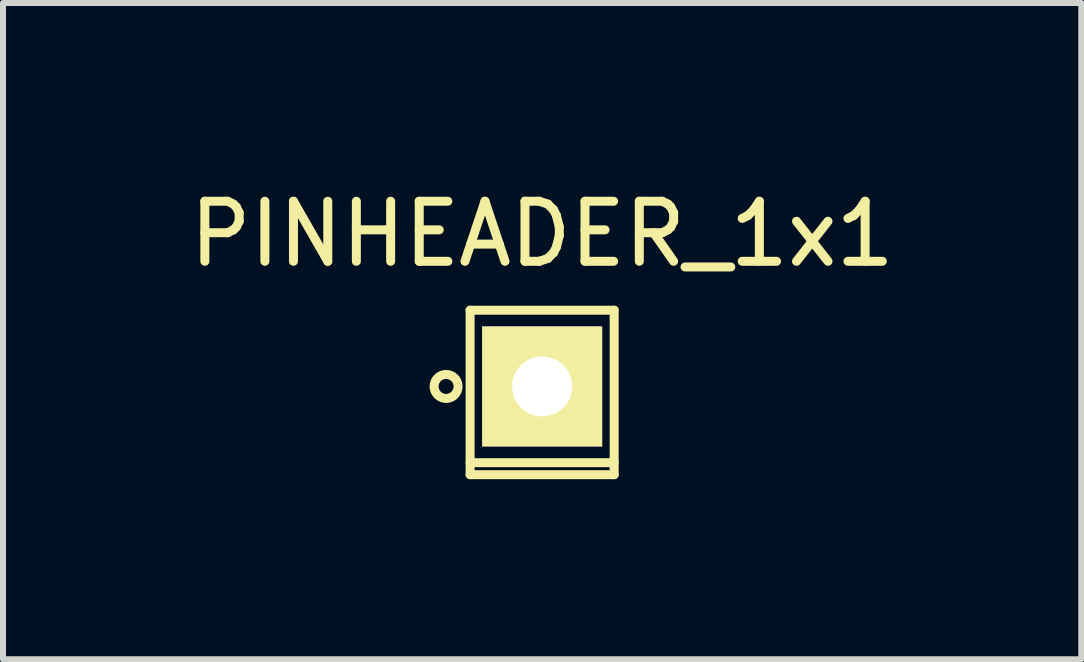
<source format=kicad_pcb>
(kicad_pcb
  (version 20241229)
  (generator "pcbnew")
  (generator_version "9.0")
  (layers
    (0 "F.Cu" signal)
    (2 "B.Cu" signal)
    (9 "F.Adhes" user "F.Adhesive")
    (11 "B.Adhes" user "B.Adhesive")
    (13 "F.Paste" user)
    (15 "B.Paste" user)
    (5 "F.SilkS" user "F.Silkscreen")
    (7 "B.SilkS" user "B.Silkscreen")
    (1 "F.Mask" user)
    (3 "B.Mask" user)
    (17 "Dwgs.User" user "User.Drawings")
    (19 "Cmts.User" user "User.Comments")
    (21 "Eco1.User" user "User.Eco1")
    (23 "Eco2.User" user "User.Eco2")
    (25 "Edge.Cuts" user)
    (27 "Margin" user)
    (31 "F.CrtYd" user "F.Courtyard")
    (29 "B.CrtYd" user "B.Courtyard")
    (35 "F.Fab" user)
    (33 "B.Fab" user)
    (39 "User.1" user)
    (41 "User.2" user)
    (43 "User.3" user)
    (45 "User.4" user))
  (footprint "PINHEADER_1x1"
    (layer "F.Cu")
    (at 5.982 3.388)
    (property "Reference" "PINHEADER_1x1" (at 0 -2.54 0) (layer "F.SilkS") (effects (font (size 1 1) (thickness 0.15))))
    (attr through_hole)
    (fp_line (start -1.2 -1.27) (end 1.2 -1.27) (stroke (width 0.15) (type solid)) (layer "F.SilkS"))
    (fp_line (start -1.2 1.27) (end 1.2 1.27) (stroke (width 0.15) (type solid)) (layer "F.SilkS"))
    (fp_line (start -1.2 1.47) (end -1.2 -1.27) (stroke (width 0.15) (type solid)) (layer "F.SilkS"))
    (fp_line (start 1.2 -1.27) (end 1.2 1.47) (stroke (width 0.15) (type solid)) (layer "F.SilkS"))
    (fp_line (start 1.2 1.47) (end -1.2 1.47) (stroke (width 0.15) (type solid)) (layer "F.SilkS"))
    (fp_circle (center -1.6 0) (end -1.6 0.2) (stroke (width 0.15) (type solid)) (fill no) (layer "F.SilkS"))
    (pad "1" thru_hole rect (at 0 0) (size 2 2) (drill 1) (layers "*.Cu" "*.Mask" "F.SilkS")))
  (gr_rect
    (start -3 -3)
    (end 14.964 7.933)
    (stroke (width 0.1) (type default))
    (fill no)
    (layer "Edge.Cuts")))
</source>
